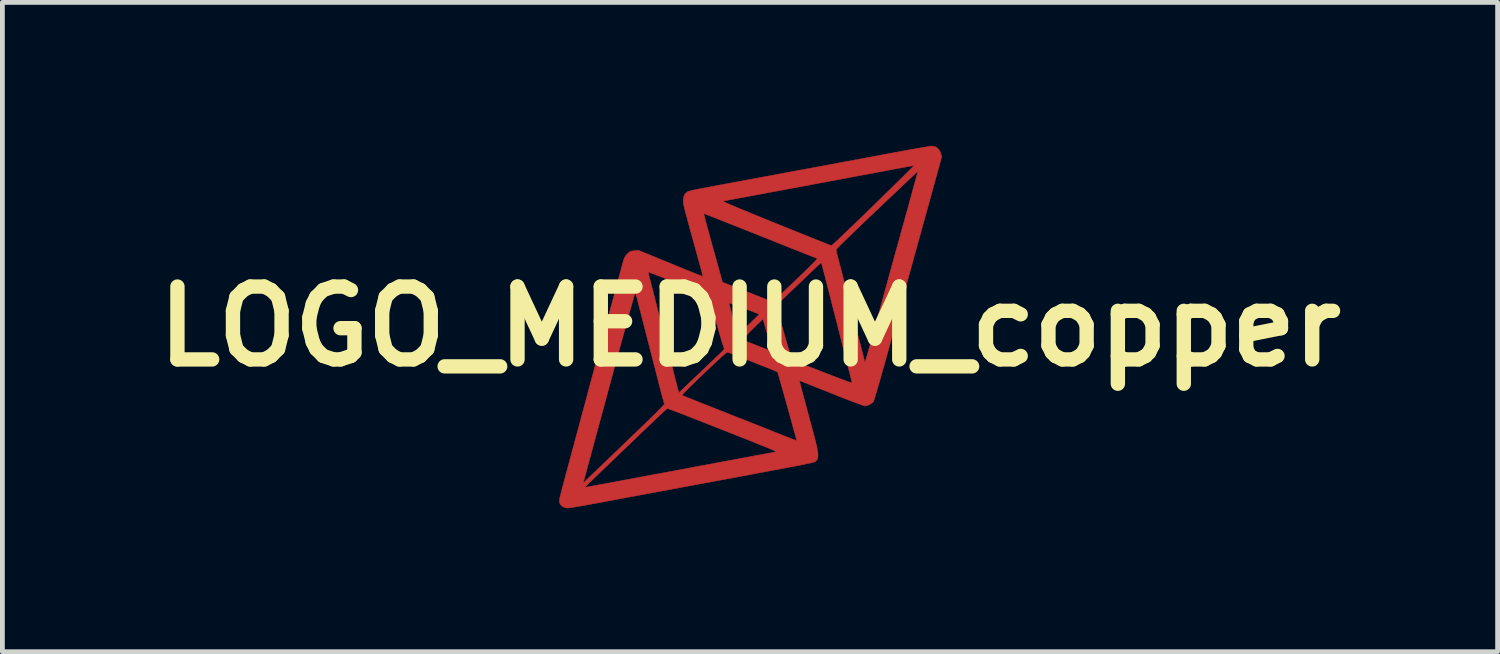
<source format=kicad_pcb>
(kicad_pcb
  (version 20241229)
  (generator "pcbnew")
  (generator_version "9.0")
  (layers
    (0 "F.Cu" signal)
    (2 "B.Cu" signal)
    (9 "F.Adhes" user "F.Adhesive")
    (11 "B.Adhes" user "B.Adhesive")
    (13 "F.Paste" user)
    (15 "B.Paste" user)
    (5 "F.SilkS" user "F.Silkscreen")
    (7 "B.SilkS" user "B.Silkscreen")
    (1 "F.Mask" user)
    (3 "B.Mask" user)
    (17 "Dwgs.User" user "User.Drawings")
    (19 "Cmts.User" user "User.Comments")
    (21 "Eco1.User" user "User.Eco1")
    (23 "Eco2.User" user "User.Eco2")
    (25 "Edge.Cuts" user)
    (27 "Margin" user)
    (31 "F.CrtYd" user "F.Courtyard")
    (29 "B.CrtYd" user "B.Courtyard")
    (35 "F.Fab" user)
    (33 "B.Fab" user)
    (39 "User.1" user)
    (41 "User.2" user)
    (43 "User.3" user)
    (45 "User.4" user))
  (footprint "LOGO_MEDIUM_copper"
    (layer "F.Cu")
    (at 12.635 3.777)
    (property "Reference" "LOGO_MEDIUM_copper" (at 0 0 0) (layer "F.SilkS") (effects (font (size 1.524 1.524) (thickness 0.3))))
    (attr through_hole)
    (fp_poly (pts (xy 3.868 -3.76) (xy 3.924 -3.727) (xy 3.967 -3.673) (xy 3.991 -3.613) (xy 4.009 -3.55) (xy 3.86 -3.01) (xy 3.831 -2.904) (xy 3.796 -2.776) (xy 3.756 -2.632) (xy 3.712 -2.474) (xy 3.666 -2.307) (xy 3.618 -2.134) (xy 3.57 -1.958) (xy 3.521 -1.784) (xy 3.475 -1.614) (xy 3.457 -1.549) (xy 3.411 -1.384) (xy 3.36 -1.198) (xy 3.304 -0.997) (xy 3.245 -0.784) (xy 3.185 -0.564) (xy 3.123 -0.342) (xy 3.062 -0.122) (xy 3.003 0.092) (xy 2.947 0.295) (xy 2.903 0.457) (xy 2.858 0.619) (xy 2.815 0.774) (xy 2.773 0.921) (xy 2.735 1.057) (xy 2.699 1.181) (xy 2.667 1.292) (xy 2.639 1.387) (xy 2.616 1.465) (xy 2.598 1.523) (xy 2.586 1.56) (xy 2.58 1.574) (xy 2.547 1.605) (xy 2.499 1.634) (xy 2.448 1.655) (xy 2.406 1.663) (xy 2.388 1.659) (xy 2.348 1.646) (xy 2.289 1.624) (xy 2.213 1.596) (xy 2.123 1.562) (xy 2.02 1.523) (xy 1.908 1.479) (xy 1.788 1.431) (xy 1.702 1.397) (xy 1.579 1.348) (xy 1.464 1.302) (xy 1.357 1.26) (xy 1.263 1.222) (xy 1.181 1.19) (xy 1.116 1.165) (xy 1.068 1.147) (xy 1.04 1.136) (xy 1.033 1.134) (xy 1.036 1.147) (xy 1.044 1.181) (xy 1.057 1.234) (xy 1.075 1.303) (xy 1.097 1.384) (xy 1.121 1.476) (xy 1.138 1.537) (xy 1.169 1.655) (xy 1.204 1.784) (xy 1.24 1.917) (xy 1.275 2.047) (xy 1.307 2.167) (xy 1.334 2.268) (xy 1.367 2.394) (xy 1.392 2.499) (xy 1.41 2.585) (xy 1.42 2.653) (xy 1.422 2.707) (xy 1.417 2.749) (xy 1.405 2.782) (xy 1.385 2.807) (xy 1.358 2.827) (xy 1.346 2.834) (xy 1.34 2.836) (xy 1.331 2.839) (xy 1.316 2.843) (xy 1.297 2.848) (xy 1.271 2.854) (xy 1.238 2.861) (xy 1.198 2.869) (xy 1.15 2.879) (xy 1.093 2.891) (xy 1.025 2.904) (xy 0.948 2.919) (xy 0.859 2.936) (xy 0.758 2.955) (xy 0.645 2.977) (xy 0.518 3.001) (xy 0.377 3.027) (xy 0.221 3.056) (xy 0.05 3.089) (xy -0.138 3.124) (xy -0.342 3.162) (xy -0.565 3.203) (xy -0.806 3.248) (xy -1.066 3.296) (xy -1.346 3.348) (xy -1.647 3.404) (xy -1.969 3.464) (xy -2.314 3.528) (xy -2.681 3.596) (xy -3.072 3.669) (xy -3.429 3.735) (xy -3.521 3.751) (xy -3.607 3.766) (xy -3.684 3.779) (xy -3.747 3.789) (xy -3.793 3.795) (xy -3.816 3.797) (xy -3.863 3.79) (xy -3.91 3.772) (xy -3.914 3.77) (xy -3.96 3.731) (xy -3.984 3.683) (xy -3.988 3.646) (xy -3.985 3.623) (xy -3.976 3.579) (xy -3.962 3.521) (xy -3.945 3.451) (xy -3.925 3.377) (xy -3.922 3.365) (xy -3.449 3.365) (xy -3.434 3.363) (xy -3.397 3.356) (xy -3.34 3.346) (xy -3.265 3.332) (xy -3.175 3.316) (xy -3.071 3.297) (xy -2.957 3.276) (xy -2.834 3.253) (xy -2.788 3.244) (xy -2.583 3.206) (xy -2.372 3.166) (xy -2.158 3.126) (xy -1.942 3.086) (xy -1.726 3.046) (xy -1.511 3.006) (xy -1.3 2.966) (xy -1.093 2.927) (xy -0.892 2.89) (xy -0.7 2.854) (xy -0.517 2.82) (xy -0.345 2.788) (xy -0.185 2.758) (xy -0.041 2.731) (xy 0.088 2.707) (xy 0.199 2.687) (xy 0.291 2.67) (xy 0.362 2.657) (xy 0.41 2.648) (xy 0.425 2.645) (xy 0.477 2.635) (xy 0.519 2.626) (xy 0.544 2.619) (xy 0.549 2.616) (xy 0.54 2.611) (xy 0.508 2.596) (xy 0.457 2.574) (xy 0.387 2.545) (xy 0.302 2.51) (xy 0.202 2.47) (xy 0.091 2.425) (xy -0.031 2.376) (xy -0.161 2.325) (xy -0.225 2.299) (xy -0.372 2.242) (xy -0.521 2.183) (xy -0.67 2.124) (xy -0.814 2.067) (xy -0.952 2.013) (xy -1.078 1.963) (xy -1.192 1.919) (xy -1.287 1.881) (xy -1.362 1.851) (xy -1.451 1.817) (xy -1.534 1.785) (xy -1.606 1.758) (xy -1.664 1.737) (xy -1.707 1.723) (xy -1.73 1.717) (xy -1.732 1.717) (xy -1.744 1.726) (xy -1.773 1.752) (xy -1.817 1.792) (xy -1.875 1.846) (xy -1.946 1.913) (xy -2.028 1.991) (xy -2.12 2.079) (xy -2.221 2.175) (xy -2.329 2.278) (xy -2.442 2.387) (xy -2.503 2.445) (xy -2.621 2.559) (xy -2.737 2.67) (xy -2.847 2.776) (xy -2.951 2.876) (xy -3.047 2.968) (xy -3.134 3.051) (xy -3.209 3.124) (xy -3.271 3.183) (xy -3.319 3.229) (xy -3.351 3.259) (xy -3.358 3.266) (xy -3.398 3.305) (xy -3.428 3.337) (xy -3.446 3.358) (xy -3.449 3.365) (xy -3.922 3.365) (xy -3.912 3.326) (xy -3.899 3.277) (xy -3.49 3.277) (xy -3.348 3.14) (xy -3.315 3.109) (xy -3.267 3.062) (xy -3.203 3.001) (xy -3.126 2.928) (xy -3.039 2.844) (xy -2.941 2.75) (xy -2.837 2.65) (xy -2.726 2.543) (xy -2.612 2.433) (xy -2.495 2.321) (xy -2.493 2.319) (xy -2.357 2.189) (xy -2.239 2.075) (xy -2.137 1.977) (xy -2.051 1.893) (xy -1.979 1.822) (xy -1.921 1.763) (xy -1.874 1.716) (xy -1.839 1.679) (xy -1.815 1.652) (xy -1.799 1.632) (xy -1.792 1.62) (xy -1.791 1.614) (xy -1.798 1.597) (xy -1.809 1.558) (xy -1.825 1.502) (xy -1.842 1.437) (xy -1.425 1.437) (xy -1.412 1.443) (xy -1.377 1.458) (xy -1.323 1.48) (xy -1.25 1.509) (xy -1.162 1.545) (xy -1.059 1.586) (xy -0.944 1.632) (xy -0.818 1.682) (xy -0.685 1.734) (xy -0.572 1.779) (xy -0.421 1.839) (xy -0.269 1.899) (xy -0.117 1.958) (xy 0.029 2.016) (xy 0.169 2.071) (xy 0.298 2.123) (xy 0.413 2.168) (xy 0.512 2.208) (xy 0.592 2.239) (xy 0.616 2.249) (xy 0.704 2.284) (xy 0.784 2.315) (xy 0.854 2.343) (xy 0.909 2.364) (xy 0.949 2.379) (xy 0.968 2.386) (xy 0.969 2.387) (xy 0.975 2.378) (xy 0.973 2.365) (xy 0.968 2.349) (xy 0.958 2.311) (xy 0.941 2.253) (xy 0.92 2.177) (xy 0.895 2.086) (xy 0.866 1.981) (xy 0.834 1.866) (xy 0.8 1.742) (xy 0.774 1.651) (xy 0.739 1.523) (xy 0.705 1.402) (xy 0.674 1.291) (xy 0.646 1.192) (xy 0.621 1.107) (xy 0.601 1.038) (xy 0.586 0.987) (xy 0.577 0.958) (xy 0.574 0.95) (xy 0.561 0.944) (xy 0.527 0.93) (xy 0.476 0.909) (xy 0.41 0.882) (xy 0.331 0.851) (xy 0.244 0.816) (xy 0.151 0.779) (xy 0.055 0.741) (xy -0.042 0.703) (xy -0.135 0.667) (xy -0.223 0.632) (xy -0.302 0.601) (xy -0.37 0.575) (xy -0.423 0.555) (xy -0.458 0.542) (xy -0.472 0.537) (xy -0.485 0.542) (xy -0.511 0.562) (xy -0.552 0.597) (xy -0.609 0.647) (xy -0.681 0.712) (xy -0.769 0.795) (xy -0.874 0.894) (xy -0.964 0.98) (xy -1.055 1.067) (xy -1.14 1.148) (xy -1.216 1.223) (xy -1.284 1.29) (xy -1.34 1.346) (xy -1.383 1.39) (xy -1.412 1.421) (xy -1.425 1.436) (xy -1.425 1.437) (xy -1.842 1.437) (xy -1.844 1.432) (xy -1.865 1.351) (xy -1.886 1.27) (xy -1.906 1.191) (xy -1.932 1.091) (xy -1.961 0.975) (xy -1.994 0.847) (xy -2.029 0.71) (xy -2.066 0.569) (xy -2.102 0.429) (xy -2.134 0.305) (xy -2.167 0.174) (xy -2.2 0.045) (xy -2.232 -0.079) (xy -2.262 -0.196) (xy -2.289 -0.301) (xy -2.312 -0.391) (xy -2.331 -0.464) (xy -2.344 -0.516) (xy -2.345 -0.521) (xy -2.362 -0.586) (xy -2.377 -0.642) (xy -2.389 -0.685) (xy -2.397 -0.71) (xy -2.399 -0.714) (xy -2.404 -0.703) (xy -2.414 -0.669) (xy -2.43 -0.613) (xy -2.452 -0.536) (xy -2.479 -0.44) (xy -2.511 -0.326) (xy -2.547 -0.196) (xy -2.587 -0.05) (xy -2.631 0.11) (xy -2.678 0.283) (xy -2.729 0.467) (xy -2.782 0.661) (xy -2.837 0.864) (xy -2.894 1.075) (xy -2.92 1.172) (xy -2.979 1.387) (xy -3.035 1.597) (xy -3.09 1.8) (xy -3.143 1.995) (xy -3.193 2.18) (xy -3.24 2.353) (xy -3.283 2.514) (xy -3.323 2.661) (xy -3.359 2.792) (xy -3.39 2.906) (xy -3.416 3.002) (xy -3.436 3.079) (xy -3.451 3.134) (xy -3.46 3.166) (xy -3.462 3.172) (xy -3.49 3.277) (xy -3.899 3.277) (xy -3.892 3.253) (xy -3.867 3.16) (xy -3.838 3.051) (xy -3.805 2.928) (xy -3.768 2.792) (xy -3.73 2.648) (xy -3.689 2.498) (xy -3.648 2.343) (xy -3.613 2.216) (xy -3.572 2.064) (xy -3.526 1.89) (xy -3.474 1.699) (xy -3.419 1.495) (xy -3.362 1.28) (xy -3.302 1.059) (xy -3.242 0.835) (xy -3.182 0.612) (xy -3.124 0.394) (xy -3.067 0.183) (xy -3.021 0.013) (xy -2.974 -0.164) (xy -2.928 -0.336) (xy -2.883 -0.5) (xy -2.842 -0.656) (xy -2.803 -0.8) (xy -2.767 -0.932) (xy -2.736 -1.05) (xy -2.712 -1.139) (xy -2.129 -1.139) (xy -2.127 -1.126) (xy -2.12 -1.092) (xy -2.107 -1.041) (xy -2.091 -0.977) (xy -2.072 -0.902) (xy -2.064 -0.869) (xy -2.033 -0.751) (xy -1.998 -0.611) (xy -1.958 -0.456) (xy -1.915 -0.287) (xy -1.87 -0.111) (xy -1.824 0.07) (xy -1.778 0.251) (xy -1.733 0.428) (xy -1.69 0.597) (xy -1.651 0.754) (xy -1.615 0.895) (xy -1.597 0.968) (xy -1.572 1.067) (xy -1.549 1.157) (xy -1.529 1.236) (xy -1.512 1.301) (xy -1.499 1.349) (xy -1.491 1.378) (xy -1.488 1.384) (xy -1.478 1.376) (xy -1.452 1.352) (xy -1.411 1.313) (xy -1.357 1.263) (xy -1.293 1.201) (xy -1.219 1.131) (xy -1.138 1.054) (xy -1.069 0.989) (xy -0.956 0.881) (xy -0.859 0.789) (xy -0.778 0.712) (xy -0.712 0.648) (xy -0.658 0.597) (xy -0.617 0.556) (xy -0.585 0.525) (xy -0.563 0.501) (xy -0.548 0.485) (xy -0.539 0.474) (xy -0.536 0.467) (xy -0.536 0.462) (xy -0.538 0.459) (xy -0.542 0.456) (xy -0.542 0.455) (xy -0.549 0.439) (xy -0.561 0.402) (xy -0.579 0.346) (xy -0.599 0.279) (xy -0.157 0.279) (xy -0.145 0.285) (xy -0.112 0.298) (xy -0.063 0.318) (xy -0.002 0.342) (xy 0.067 0.369) (xy 0.14 0.398) (xy 0.215 0.427) (xy 0.285 0.454) (xy 0.349 0.479) (xy 0.402 0.499) (xy 0.44 0.513) (xy 0.459 0.519) (xy 0.46 0.519) (xy 0.462 0.509) (xy 0.456 0.482) (xy 0.45 0.46) (xy 0.442 0.43) (xy 0.427 0.38) (xy 0.408 0.315) (xy 0.386 0.239) (xy 0.362 0.157) (xy 0.354 0.127) (xy 0.331 0.048) (xy 0.31 -0.023) (xy 0.293 -0.081) (xy 0.279 -0.124) (xy 0.272 -0.148) (xy 0.27 -0.152) (xy 0.26 -0.145) (xy 0.235 -0.122) (xy 0.197 -0.086) (xy 0.149 -0.04) (xy 0.093 0.016) (xy 0.051 0.057) (xy -0.009 0.117) (xy -0.062 0.172) (xy -0.105 0.217) (xy -0.137 0.252) (xy -0.155 0.273) (xy -0.157 0.279) (xy -0.599 0.279) (xy -0.601 0.272) (xy -0.627 0.185) (xy -0.656 0.085) (xy -0.687 -0.023) (xy -0.712 -0.109) (xy -0.821 -0.493) (xy -0.438 -0.493) (xy -0.436 -0.48) (xy -0.428 -0.447) (xy -0.416 -0.397) (xy -0.4 -0.334) (xy -0.382 -0.263) (xy -0.362 -0.186) (xy -0.342 -0.109) (xy -0.323 -0.034) (xy -0.305 0.033) (xy -0.29 0.09) (xy -0.284 0.111) (xy -0.265 0.178) (xy -0.236 0.155) (xy -0.218 0.14) (xy -0.185 0.11) (xy -0.141 0.068) (xy -0.087 0.017) (xy -0.027 -0.039) (xy -0.005 -0.06) (xy 0.053 -0.116) (xy 0.104 -0.166) (xy 0.146 -0.208) (xy 0.175 -0.238) (xy 0.189 -0.255) (xy 0.19 -0.257) (xy 0.176 -0.264) (xy 0.143 -0.277) (xy 0.093 -0.296) (xy 0.032 -0.32) (xy -0.037 -0.346) (xy -0.111 -0.374) (xy -0.186 -0.402) (xy -0.22 -0.414) (xy 0.546 -0.414) (xy 0.547 -0.408) (xy 0.553 -0.392) (xy 0.565 -0.354) (xy 0.583 -0.297) (xy 0.605 -0.222) (xy 0.631 -0.134) (xy 0.66 -0.034) (xy 0.692 0.074) (xy 0.715 0.157) (xy 0.871 0.701) (xy 1.487 0.94) (xy 1.605 0.986) (xy 1.717 1.029) (xy 1.82 1.068) (xy 1.912 1.103) (xy 1.989 1.132) (xy 2.051 1.155) (xy 2.094 1.171) (xy 2.117 1.179) (xy 2.119 1.18) (xy 2.131 1.173) (xy 2.129 1.153) (xy 2.124 1.135) (xy 2.114 1.095) (xy 2.099 1.035) (xy 2.079 0.959) (xy 2.056 0.869) (xy 2.03 0.768) (xy 2.002 0.657) (xy 1.98 0.572) (xy 1.948 0.445) (xy 1.915 0.315) (xy 1.883 0.187) (xy 1.851 0.064) (xy 1.823 -0.048) (xy 1.798 -0.146) (xy 1.777 -0.225) (xy 1.772 -0.248) (xy 1.751 -0.33) (xy 1.725 -0.431) (xy 1.696 -0.545) (xy 1.665 -0.666) (xy 1.634 -0.787) (xy 1.605 -0.902) (xy 1.6 -0.921) (xy 1.575 -1.018) (xy 1.552 -1.108) (xy 1.531 -1.186) (xy 1.514 -1.251) (xy 1.501 -1.298) (xy 1.493 -1.326) (xy 1.491 -1.332) (xy 1.481 -1.326) (xy 1.456 -1.305) (xy 1.42 -1.273) (xy 1.377 -1.233) (xy 1.375 -1.231) (xy 1.34 -1.197) (xy 1.29 -1.149) (xy 1.227 -1.089) (xy 1.154 -1.02) (xy 1.074 -0.943) (xy 0.99 -0.863) (xy 0.904 -0.782) (xy 0.899 -0.777) (xy 0.805 -0.687) (xy 0.729 -0.613) (xy 0.668 -0.554) (xy 0.621 -0.507) (xy 0.587 -0.471) (xy 0.564 -0.445) (xy 0.551 -0.426) (xy 0.546 -0.414) (xy -0.22 -0.414) (xy -0.257 -0.428) (xy -0.322 -0.452) (xy -0.376 -0.471) (xy -0.415 -0.485) (xy -0.436 -0.492) (xy -0.438 -0.493) (xy -0.821 -0.493) (xy -0.867 -0.655) (xy -1.497 -0.899) (xy -1.617 -0.945) (xy -1.729 -0.988) (xy -1.832 -1.027) (xy -1.923 -1.062) (xy -2 -1.091) (xy -2.061 -1.114) (xy -2.104 -1.13) (xy -2.127 -1.138) (xy -2.129 -1.139) (xy -2.712 -1.139) (xy -2.708 -1.151) (xy -2.686 -1.235) (xy -2.668 -1.299) (xy -2.657 -1.342) (xy -2.652 -1.358) (xy -2.634 -1.415) (xy -2.614 -1.458) (xy -2.585 -1.496) (xy -2.567 -1.515) (xy -2.534 -1.547) (xy -2.509 -1.566) (xy -2.48 -1.576) (xy -2.44 -1.581) (xy -2.419 -1.583) (xy -2.33 -1.591) (xy -1.659 -1.316) (xy -1.536 -1.265) (xy -1.42 -1.218) (xy -1.313 -1.174) (xy -1.217 -1.136) (xy -1.136 -1.103) (xy -1.069 -1.077) (xy -1.021 -1.057) (xy -0.992 -1.046) (xy -0.984 -1.044) (xy -0.987 -1.057) (xy -0.995 -1.091) (xy -1.009 -1.143) (xy -1.027 -1.211) (xy -1.049 -1.291) (xy -1.073 -1.38) (xy -1.082 -1.41) (xy -1.135 -1.603) (xy -1.182 -1.773) (xy -1.223 -1.922) (xy -1.259 -2.051) (xy -1.289 -2.162) (xy -1.314 -2.257) (xy -1.336 -2.336) (xy -1.339 -2.349) (xy -0.963 -2.349) (xy -0.961 -2.337) (xy -0.957 -2.316) (xy -0.95 -2.287) (xy -0.94 -2.248) (xy -0.927 -2.197) (xy -0.91 -2.132) (xy -0.888 -2.053) (xy -0.862 -1.957) (xy -0.831 -1.843) (xy -0.794 -1.709) (xy -0.751 -1.555) (xy -0.702 -1.378) (xy -0.689 -1.329) (xy -0.577 -0.925) (xy -0.076 -0.73) (xy 0.031 -0.688) (xy 0.132 -0.648) (xy 0.222 -0.612) (xy 0.301 -0.581) (xy 0.365 -0.555) (xy 0.412 -0.536) (xy 0.439 -0.524) (xy 0.445 -0.522) (xy 0.465 -0.512) (xy 0.472 -0.512) (xy 0.483 -0.521) (xy 0.51 -0.546) (xy 0.552 -0.585) (xy 0.607 -0.637) (xy 0.673 -0.699) (xy 0.749 -0.771) (xy 0.833 -0.851) (xy 0.923 -0.936) (xy 0.953 -0.965) (xy 1.055 -1.062) (xy 1.146 -1.15) (xy 1.225 -1.228) (xy 1.292 -1.294) (xy 1.345 -1.348) (xy 1.383 -1.388) (xy 1.404 -1.412) (xy 1.408 -1.421) (xy 1.394 -1.426) (xy 1.358 -1.44) (xy 1.302 -1.462) (xy 1.227 -1.492) (xy 1.134 -1.529) (xy 1.027 -1.572) (xy 0.949 -1.603) (xy 1.799 -1.603) (xy 1.802 -1.584) (xy 1.811 -1.545) (xy 1.825 -1.49) (xy 1.842 -1.423) (xy 1.862 -1.347) (xy 1.865 -1.333) (xy 1.885 -1.26) (xy 1.903 -1.189) (xy 1.922 -1.116) (xy 1.942 -1.04) (xy 1.963 -0.958) (xy 1.987 -0.867) (xy 2.013 -0.764) (xy 2.043 -0.647) (xy 2.077 -0.514) (xy 2.117 -0.361) (xy 2.159 -0.197) (xy 2.188 -0.082) (xy 2.218 0.035) (xy 2.247 0.149) (xy 2.275 0.255) (xy 2.299 0.349) (xy 2.319 0.427) (xy 2.33 0.47) (xy 2.349 0.542) (xy 2.366 0.608) (xy 2.38 0.663) (xy 2.389 0.701) (xy 2.393 0.716) (xy 2.4 0.74) (xy 2.406 0.748) (xy 2.406 0.748) (xy 2.411 0.734) (xy 2.421 0.701) (xy 2.436 0.65) (xy 2.454 0.587) (xy 2.475 0.515) (xy 2.475 0.514) (xy 2.489 0.464) (xy 2.509 0.392) (xy 2.534 0.3) (xy 2.564 0.192) (xy 2.598 0.07) (xy 2.635 -0.065) (xy 2.674 -0.208) (xy 2.716 -0.358) (xy 2.758 -0.512) (xy 2.794 -0.641) (xy 2.837 -0.799) (xy 2.881 -0.956) (xy 2.923 -1.111) (xy 2.964 -1.259) (xy 3.003 -1.399) (xy 3.038 -1.527) (xy 3.07 -1.642) (xy 3.097 -1.739) (xy 3.118 -1.817) (xy 3.131 -1.861) (xy 3.171 -2.007) (xy 3.212 -2.154) (xy 3.252 -2.3) (xy 3.292 -2.443) (xy 3.329 -2.579) (xy 3.365 -2.708) (xy 3.397 -2.827) (xy 3.426 -2.934) (xy 3.452 -3.026) (xy 3.472 -3.102) (xy 3.488 -3.159) (xy 3.497 -3.195) (xy 3.5 -3.207) (xy 3.509 -3.245) (xy 3.472 -3.211) (xy 3.457 -3.198) (xy 3.426 -3.168) (xy 3.379 -3.123) (xy 3.317 -3.065) (xy 3.243 -2.995) (xy 3.157 -2.913) (xy 3.061 -2.822) (xy 2.956 -2.723) (xy 2.844 -2.617) (xy 2.726 -2.505) (xy 2.616 -2.401) (xy 2.475 -2.267) (xy 2.345 -2.143) (xy 2.227 -2.029) (xy 2.121 -1.928) (xy 2.029 -1.838) (xy 1.951 -1.762) (xy 1.888 -1.699) (xy 1.841 -1.652) (xy 1.811 -1.62) (xy 1.799 -1.604) (xy 1.799 -1.603) (xy 0.949 -1.603) (xy 0.905 -1.62) (xy 0.772 -1.673) (xy 0.627 -1.731) (xy 0.474 -1.792) (xy 0.313 -1.856) (xy 0.229 -1.889) (xy 0.065 -1.955) (xy -0.093 -2.017) (xy -0.242 -2.077) (xy -0.382 -2.132) (xy -0.51 -2.183) (xy -0.625 -2.229) (xy -0.726 -2.269) (xy -0.81 -2.302) (xy -0.877 -2.328) (xy -0.924 -2.347) (xy -0.949 -2.357) (xy -0.954 -2.358) (xy -0.958 -2.36) (xy -0.961 -2.359) (xy -0.962 -2.357) (xy -0.963 -2.349) (xy -1.339 -2.349) (xy -1.353 -2.402) (xy -1.367 -2.456) (xy -1.377 -2.5) (xy -1.385 -2.535) (xy -1.39 -2.563) (xy -1.394 -2.585) (xy -1.396 -2.603) (xy -1.397 -2.619) (xy -0.562 -2.619) (xy -0.555 -2.613) (xy -0.527 -2.598) (xy -0.476 -2.575) (xy -0.403 -2.543) (xy -0.308 -2.503) (xy -0.19 -2.453) (xy -0.049 -2.395) (xy 0.115 -2.328) (xy 0.302 -2.251) (xy 0.513 -2.166) (xy 0.549 -2.151) (xy 0.711 -2.086) (xy 0.866 -2.023) (xy 1.013 -1.964) (xy 1.15 -1.909) (xy 1.276 -1.858) (xy 1.389 -1.813) (xy 1.487 -1.774) (xy 1.569 -1.742) (xy 1.632 -1.717) (xy 1.676 -1.7) (xy 1.699 -1.691) (xy 1.702 -1.691) (xy 1.714 -1.699) (xy 1.742 -1.724) (xy 1.786 -1.764) (xy 1.845 -1.819) (xy 1.916 -1.886) (xy 1.999 -1.965) (xy 2.093 -2.055) (xy 2.195 -2.153) (xy 2.306 -2.26) (xy 2.423 -2.373) (xy 2.545 -2.492) (xy 2.581 -2.527) (xy 2.704 -2.647) (xy 2.822 -2.762) (xy 2.933 -2.871) (xy 3.036 -2.972) (xy 3.129 -3.064) (xy 3.213 -3.147) (xy 3.284 -3.217) (xy 3.343 -3.276) (xy 3.387 -3.321) (xy 3.416 -3.351) (xy 3.429 -3.365) (xy 3.429 -3.365) (xy 3.414 -3.363) (xy 3.377 -3.357) (xy 3.321 -3.347) (xy 3.247 -3.333) (xy 3.16 -3.317) (xy 3.061 -3.299) (xy 2.953 -3.279) (xy 2.912 -3.271) (xy 2.784 -3.247) (xy 2.637 -3.219) (xy 2.478 -3.19) (xy 2.312 -3.159) (xy 2.147 -3.128) (xy 1.988 -3.098) (xy 1.842 -3.071) (xy 1.822 -3.067) (xy 1.685 -3.041) (xy 1.529 -3.012) (xy 1.359 -2.981) (xy 1.182 -2.947) (xy 1.004 -2.914) (xy 0.83 -2.882) (xy 0.666 -2.851) (xy 0.565 -2.832) (xy 0.429 -2.807) (xy 0.294 -2.782) (xy 0.163 -2.757) (xy 0.039 -2.734) (xy -0.073 -2.713) (xy -0.172 -2.695) (xy -0.253 -2.68) (xy -0.314 -2.669) (xy -0.324 -2.667) (xy -0.396 -2.654) (xy -0.461 -2.641) (xy -0.513 -2.63) (xy -0.549 -2.623) (xy -0.562 -2.619) (xy -1.397 -2.619) (xy -1.397 -2.619) (xy -1.397 -2.633) (xy -1.388 -2.709) (xy -1.362 -2.768) (xy -1.317 -2.812) (xy -1.315 -2.814) (xy -1.292 -2.823) (xy -1.249 -2.835) (xy -1.191 -2.85) (xy -1.121 -2.865) (xy -1.057 -2.877) (xy -1 -2.888) (xy -0.936 -2.9) (xy -0.865 -2.913) (xy -0.784 -2.928) (xy -0.692 -2.946) (xy -0.589 -2.965) (xy -0.473 -2.986) (xy -0.343 -3.011) (xy -0.197 -3.038) (xy -0.035 -3.068) (xy 0.145 -3.101) (xy 0.344 -3.138) (xy 0.563 -3.179) (xy 0.804 -3.224) (xy 1.068 -3.273) (xy 1.295 -3.315) (xy 1.486 -3.35) (xy 1.681 -3.386) (xy 1.877 -3.423) (xy 2.072 -3.459) (xy 2.263 -3.495) (xy 2.447 -3.529) (xy 2.62 -3.561) (xy 2.78 -3.591) (xy 2.923 -3.618) (xy 3.048 -3.641) (xy 3.143 -3.658) (xy 3.265 -3.681) (xy 3.382 -3.702) (xy 3.489 -3.721) (xy 3.585 -3.738) (xy 3.667 -3.752) (xy 3.731 -3.763) (xy 3.777 -3.769) (xy 3.8 -3.772) (xy 3.8 -3.772) (xy 3.868 -3.76)) (stroke (width 0.01) (type solid)) (fill yes) (layer "F.Cu")))
  (gr_rect
    (start -3 -3)
    (end 28.269 10.579)
    (stroke (width 0.1) (type default))
    (fill no)
    (layer "Edge.Cuts")))
</source>
